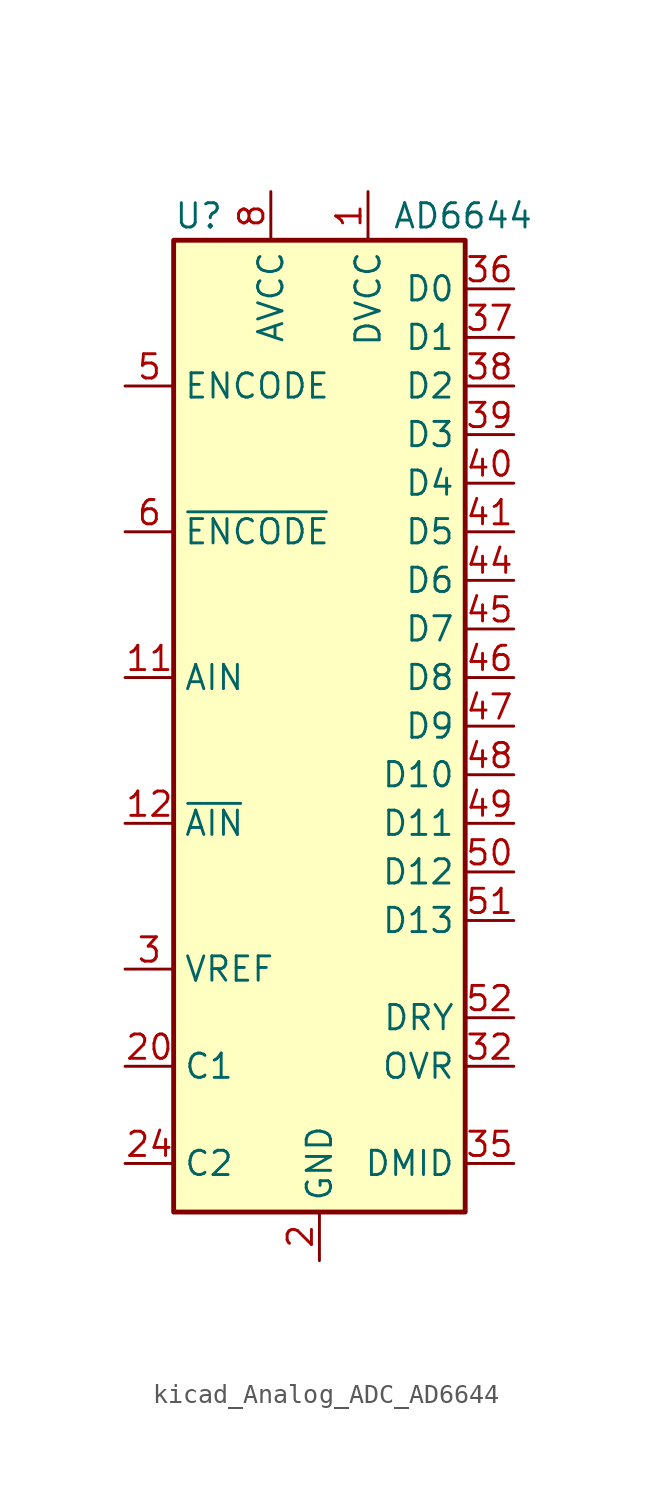
<source format=kicad_sym>
(kicad_symbol_lib
  (version 20220914)
  (generator kicad_symbol_editor)
  (symbol "kicad_Analog_ADC_AD6644"
    (property "Reference" "U"
      (at -7.62 26.67 0)
      (effects (font (size 1.27 1.27)) (justify left)))
    (property "Value" "AD6644"
      (at 3.81 26.67 0)
      (effects (font (size 1.27 1.27)) (justify left)))
    (symbol "kicad_Analog_ADC_AD6644_0_1"
      (rectangle (start -7.62 25.4) (end 7.62 -25.4) (stroke (width 0.254) (type default)) (fill (type background))))
    (symbol "kicad_Analog_ADC_AD6644_1_1"
      (pin power_in line (at 2.54 27.94 270) (length 2.54) (name "DVCC" (effects (font (size 1.27 1.27)))) (number "1" (effects (font (size 1.27 1.27)))))
      (pin passive line (at 0 -27.94 90) (length 2.54) hide (name "GND" (effects (font (size 1.27 1.27)))) (number "10" (effects (font (size 1.27 1.27)))))
      (pin input line (at -10.16 2.54 0) (length 2.54) (name "AIN" (effects (font (size 1.27 1.27)))) (number "11" (effects (font (size 1.27 1.27)))))
      (pin input line (at -10.16 -5.08 0) (length 2.54) (name "~{AIN}" (effects (font (size 1.27 1.27)))) (number "12" (effects (font (size 1.27 1.27)))))
      (pin passive line (at 0 -27.94 90) (length 2.54) hide (name "GND" (effects (font (size 1.27 1.27)))) (number "13" (effects (font (size 1.27 1.27)))))
      (pin passive line (at -2.54 27.94 270) (length 2.54) hide (name "AVCC" (effects (font (size 1.27 1.27)))) (number "14" (effects (font (size 1.27 1.27)))))
      (pin passive line (at 0 -27.94 90) (length 2.54) hide (name "GND" (effects (font (size 1.27 1.27)))) (number "15" (effects (font (size 1.27 1.27)))))
      (pin passive line (at -2.54 27.94 270) (length 2.54) hide (name "AVCC" (effects (font (size 1.27 1.27)))) (number "16" (effects (font (size 1.27 1.27)))))
      (pin passive line (at 0 -27.94 90) (length 2.54) hide (name "GND" (effects (font (size 1.27 1.27)))) (number "17" (effects (font (size 1.27 1.27)))))
      (pin passive line (at -2.54 27.94 270) (length 2.54) hide (name "AVCC" (effects (font (size 1.27 1.27)))) (number "18" (effects (font (size 1.27 1.27)))))
      (pin passive line (at 0 -27.94 90) (length 2.54) hide (name "GND" (effects (font (size 1.27 1.27)))) (number "19" (effects (font (size 1.27 1.27)))))
      (pin power_in line (at 0 -27.94 90) (length 2.54) (name "GND" (effects (font (size 1.27 1.27)))) (number "2" (effects (font (size 1.27 1.27)))))
      (pin passive line (at -10.16 -17.78 0) (length 2.54) (name "C1" (effects (font (size 1.27 1.27)))) (number "20" (effects (font (size 1.27 1.27)))))
      (pin passive line (at 0 -27.94 90) (length 2.54) hide (name "GND" (effects (font (size 1.27 1.27)))) (number "21" (effects (font (size 1.27 1.27)))))
      (pin passive line (at -2.54 27.94 270) (length 2.54) hide (name "AVCC" (effects (font (size 1.27 1.27)))) (number "22" (effects (font (size 1.27 1.27)))))
      (pin passive line (at 0 -27.94 90) (length 2.54) hide (name "GND" (effects (font (size 1.27 1.27)))) (number "23" (effects (font (size 1.27 1.27)))))
      (pin passive line (at -10.16 -22.86 0) (length 2.54) (name "C2" (effects (font (size 1.27 1.27)))) (number "24" (effects (font (size 1.27 1.27)))))
      (pin passive line (at 0 -27.94 90) (length 2.54) hide (name "GND" (effects (font (size 1.27 1.27)))) (number "25" (effects (font (size 1.27 1.27)))))
      (pin passive line (at -2.54 27.94 270) (length 2.54) hide (name "AVCC" (effects (font (size 1.27 1.27)))) (number "26" (effects (font (size 1.27 1.27)))))
      (pin passive line (at 0 -27.94 90) (length 2.54) hide (name "GND" (effects (font (size 1.27 1.27)))) (number "27" (effects (font (size 1.27 1.27)))))
      (pin passive line (at -2.54 27.94 270) (length 2.54) hide (name "AVCC" (effects (font (size 1.27 1.27)))) (number "28" (effects (font (size 1.27 1.27)))))
      (pin passive line (at 0 -27.94 90) (length 2.54) hide (name "GND" (effects (font (size 1.27 1.27)))) (number "29" (effects (font (size 1.27 1.27)))))
      (pin passive line (at -10.16 -12.7 0) (length 2.54) (name "VREF" (effects (font (size 1.27 1.27)))) (number "3" (effects (font (size 1.27 1.27)))))
      (pin passive line (at -2.54 27.94 270) (length 2.54) hide (name "AVCC" (effects (font (size 1.27 1.27)))) (number "30" (effects (font (size 1.27 1.27)))))
      (pin no_connect line (at 7.62 -12.7 180) (length 2.54) hide (name "DNC" (effects (font (size 1.27 1.27)))) (number "31" (effects (font (size 1.27 1.27)))))
      (pin output line (at 10.16 -17.78 180) (length 2.54) (name "OVR" (effects (font (size 1.27 1.27)))) (number "32" (effects (font (size 1.27 1.27)))))
      (pin passive line (at 2.54 27.94 270) (length 2.54) hide (name "DVCC" (effects (font (size 1.27 1.27)))) (number "33" (effects (font (size 1.27 1.27)))))
      (pin passive line (at 0 -27.94 90) (length 2.54) hide (name "GND" (effects (font (size 1.27 1.27)))) (number "34" (effects (font (size 1.27 1.27)))))
      (pin output line (at 10.16 -22.86 180) (length 2.54) (name "DMID" (effects (font (size 1.27 1.27)))) (number "35" (effects (font (size 1.27 1.27)))))
      (pin output line (at 10.16 22.86 180) (length 2.54) (name "D0" (effects (font (size 1.27 1.27)))) (number "36" (effects (font (size 1.27 1.27)))))
      (pin output line (at 10.16 20.32 180) (length 2.54) (name "D1" (effects (font (size 1.27 1.27)))) (number "37" (effects (font (size 1.27 1.27)))))
      (pin output line (at 10.16 17.78 180) (length 2.54) (name "D2" (effects (font (size 1.27 1.27)))) (number "38" (effects (font (size 1.27 1.27)))))
      (pin output line (at 10.16 15.24 180) (length 2.54) (name "D3" (effects (font (size 1.27 1.27)))) (number "39" (effects (font (size 1.27 1.27)))))
      (pin passive line (at 0 -27.94 90) (length 2.54) hide (name "GND" (effects (font (size 1.27 1.27)))) (number "4" (effects (font (size 1.27 1.27)))))
      (pin output line (at 10.16 12.7 180) (length 2.54) (name "D4" (effects (font (size 1.27 1.27)))) (number "40" (effects (font (size 1.27 1.27)))))
      (pin output line (at 10.16 10.16 180) (length 2.54) (name "D5" (effects (font (size 1.27 1.27)))) (number "41" (effects (font (size 1.27 1.27)))))
      (pin passive line (at 0 -27.94 90) (length 2.54) hide (name "GND" (effects (font (size 1.27 1.27)))) (number "42" (effects (font (size 1.27 1.27)))))
      (pin passive line (at 2.54 27.94 270) (length 2.54) hide (name "DVCC" (effects (font (size 1.27 1.27)))) (number "43" (effects (font (size 1.27 1.27)))))
      (pin output line (at 10.16 7.62 180) (length 2.54) (name "D6" (effects (font (size 1.27 1.27)))) (number "44" (effects (font (size 1.27 1.27)))))
      (pin output line (at 10.16 5.08 180) (length 2.54) (name "D7" (effects (font (size 1.27 1.27)))) (number "45" (effects (font (size 1.27 1.27)))))
      (pin output line (at 10.16 2.54 180) (length 2.54) (name "D8" (effects (font (size 1.27 1.27)))) (number "46" (effects (font (size 1.27 1.27)))))
      (pin output line (at 10.16 0 180) (length 2.54) (name "D9" (effects (font (size 1.27 1.27)))) (number "47" (effects (font (size 1.27 1.27)))))
      (pin output line (at 10.16 -2.54 180) (length 2.54) (name "D10" (effects (font (size 1.27 1.27)))) (number "48" (effects (font (size 1.27 1.27)))))
      (pin output line (at 10.16 -5.08 180) (length 2.54) (name "D11" (effects (font (size 1.27 1.27)))) (number "49" (effects (font (size 1.27 1.27)))))
      (pin input line (at -10.16 17.78 0) (length 2.54) (name "ENCODE" (effects (font (size 1.27 1.27)))) (number "5" (effects (font (size 1.27 1.27)))))
      (pin output line (at 10.16 -7.62 180) (length 2.54) (name "D12" (effects (font (size 1.27 1.27)))) (number "50" (effects (font (size 1.27 1.27)))))
      (pin output line (at 10.16 -10.16 180) (length 2.54) (name "D13" (effects (font (size 1.27 1.27)))) (number "51" (effects (font (size 1.27 1.27)))))
      (pin output line (at 10.16 -15.24 180) (length 2.54) (name "DRY" (effects (font (size 1.27 1.27)))) (number "52" (effects (font (size 1.27 1.27)))))
      (pin passive line (at 0 -27.94 90) (length 2.54) hide (name "GND" (effects (font (size 1.27 1.27)))) (number "53" (effects (font (size 1.27 1.27)))))
      (pin input line (at -10.16 10.16 0) (length 2.54) (name "~{ENCODE}" (effects (font (size 1.27 1.27)))) (number "6" (effects (font (size 1.27 1.27)))))
      (pin passive line (at 0 -27.94 90) (length 2.54) hide (name "GND" (effects (font (size 1.27 1.27)))) (number "7" (effects (font (size 1.27 1.27)))))
      (pin power_in line (at -2.54 27.94 270) (length 2.54) (name "AVCC" (effects (font (size 1.27 1.27)))) (number "8" (effects (font (size 1.27 1.27)))))
      (pin passive line (at -2.54 27.94 270) (length 2.54) hide (name "AVCC" (effects (font (size 1.27 1.27)))) (number "9" (effects (font (size 1.27 1.27))))))))
</source>
